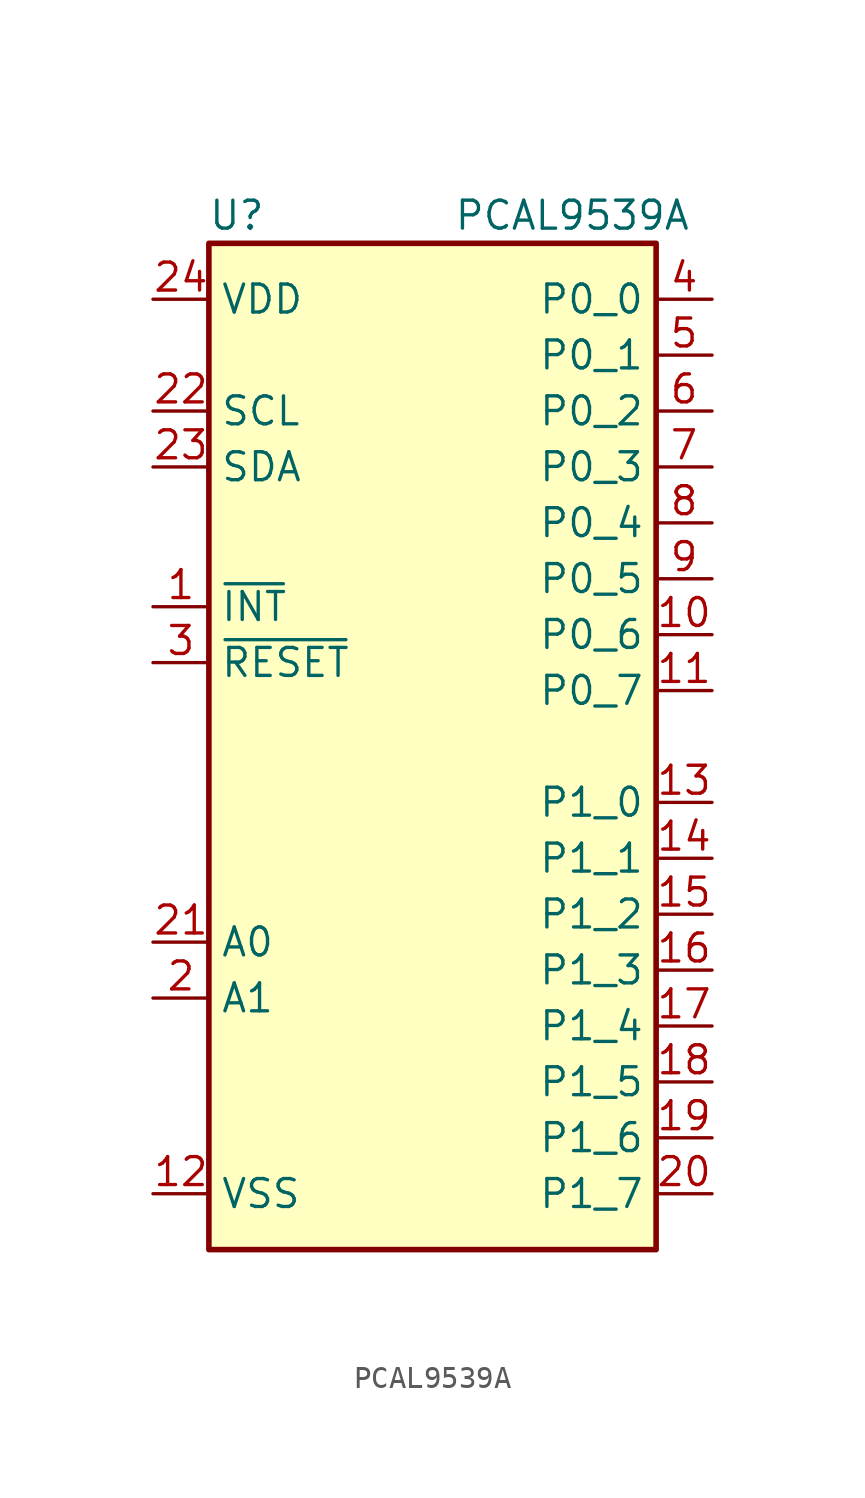
<source format=kicad_sym>
(kicad_symbol_lib
  (version 20201005)
  (generator kicad_symbol_editor)
  (symbol "PCAL9539:PCAL9539A"
    (property "Reference" "U"
      (at -8.89 24.13 0)
      (effects (font (size 1.27 1.27))))
    (property "Value" "PCAL9539A"
      (at 6.35 24.13 0)
      (effects (font (size 1.27 1.27))))
    (symbol "PCAL9539A_0_1"
      (rectangle (start -10.16 22.86) (end 10.16 -22.86) (stroke (width 0.254)) (fill (type background))))
    (symbol "PCAL9539A_1_1"
      (pin open_collector line (at -12.7 6.35 0) (length 2.54) (name "~INT" (effects (font (size 1.27 1.27)))) (number "1" (effects (font (size 1.27 1.27)))))
      (pin bidirectional line (at 12.7 5.08 180) (length 2.54) (name "P0_6" (effects (font (size 1.27 1.27)))) (number "10" (effects (font (size 1.27 1.27)))))
      (pin bidirectional line (at 12.7 2.54 180) (length 2.54) (name "P0_7" (effects (font (size 1.27 1.27)))) (number "11" (effects (font (size 1.27 1.27)))))
      (pin power_in line (at -12.7 -20.32 0) (length 2.54) (name "VSS" (effects (font (size 1.27 1.27)))) (number "12" (effects (font (size 1.27 1.27)))))
      (pin bidirectional line (at 12.7 -2.54 180) (length 2.54) (name "P1_0" (effects (font (size 1.27 1.27)))) (number "13" (effects (font (size 1.27 1.27)))))
      (pin bidirectional line (at 12.7 -5.08 180) (length 2.54) (name "P1_1" (effects (font (size 1.27 1.27)))) (number "14" (effects (font (size 1.27 1.27)))))
      (pin bidirectional line (at 12.7 -7.62 180) (length 2.54) (name "P1_2" (effects (font (size 1.27 1.27)))) (number "15" (effects (font (size 1.27 1.27)))))
      (pin bidirectional line (at 12.7 -10.16 180) (length 2.54) (name "P1_3" (effects (font (size 1.27 1.27)))) (number "16" (effects (font (size 1.27 1.27)))))
      (pin bidirectional line (at 12.7 -12.7 180) (length 2.54) (name "P1_4" (effects (font (size 1.27 1.27)))) (number "17" (effects (font (size 1.27 1.27)))))
      (pin bidirectional line (at 12.7 -15.24 180) (length 2.54) (name "P1_5" (effects (font (size 1.27 1.27)))) (number "18" (effects (font (size 1.27 1.27)))))
      (pin bidirectional line (at 12.7 -17.78 180) (length 2.54) (name "P1_6" (effects (font (size 1.27 1.27)))) (number "19" (effects (font (size 1.27 1.27)))))
      (pin input line (at -12.7 -11.43 0) (length 2.54) (name "A1" (effects (font (size 1.27 1.27)))) (number "2" (effects (font (size 1.27 1.27)))))
      (pin bidirectional line (at 12.7 -20.32 180) (length 2.54) (name "P1_7" (effects (font (size 1.27 1.27)))) (number "20" (effects (font (size 1.27 1.27)))))
      (pin input line (at -12.7 -8.89 0) (length 2.54) (name "A0" (effects (font (size 1.27 1.27)))) (number "21" (effects (font (size 1.27 1.27)))))
      (pin input line (at -12.7 15.24 0) (length 2.54) (name "SCL" (effects (font (size 1.27 1.27)))) (number "22" (effects (font (size 1.27 1.27)))))
      (pin bidirectional line (at -12.7 12.7 0) (length 2.54) (name "SDA" (effects (font (size 1.27 1.27)))) (number "23" (effects (font (size 1.27 1.27)))))
      (pin power_in line (at -12.7 20.32 0) (length 2.54) (name "VDD" (effects (font (size 1.27 1.27)))) (number "24" (effects (font (size 1.27 1.27)))))
      (pin input line (at -12.7 3.81 0) (length 2.54) (name "~RESET" (effects (font (size 1.27 1.27)))) (number "3" (effects (font (size 1.27 1.27)))))
      (pin bidirectional line (at 12.7 20.32 180) (length 2.54) (name "P0_0" (effects (font (size 1.27 1.27)))) (number "4" (effects (font (size 1.27 1.27)))))
      (pin bidirectional line (at 12.7 17.78 180) (length 2.54) (name "P0_1" (effects (font (size 1.27 1.27)))) (number "5" (effects (font (size 1.27 1.27)))))
      (pin bidirectional line (at 12.7 15.24 180) (length 2.54) (name "P0_2" (effects (font (size 1.27 1.27)))) (number "6" (effects (font (size 1.27 1.27)))))
      (pin bidirectional line (at 12.7 12.7 180) (length 2.54) (name "P0_3" (effects (font (size 1.27 1.27)))) (number "7" (effects (font (size 1.27 1.27)))))
      (pin bidirectional line (at 12.7 10.16 180) (length 2.54) (name "P0_4" (effects (font (size 1.27 1.27)))) (number "8" (effects (font (size 1.27 1.27)))))
      (pin bidirectional line (at 12.7 7.62 180) (length 2.54) (name "P0_5" (effects (font (size 1.27 1.27)))) (number "9" (effects (font (size 1.27 1.27))))))))
</source>
